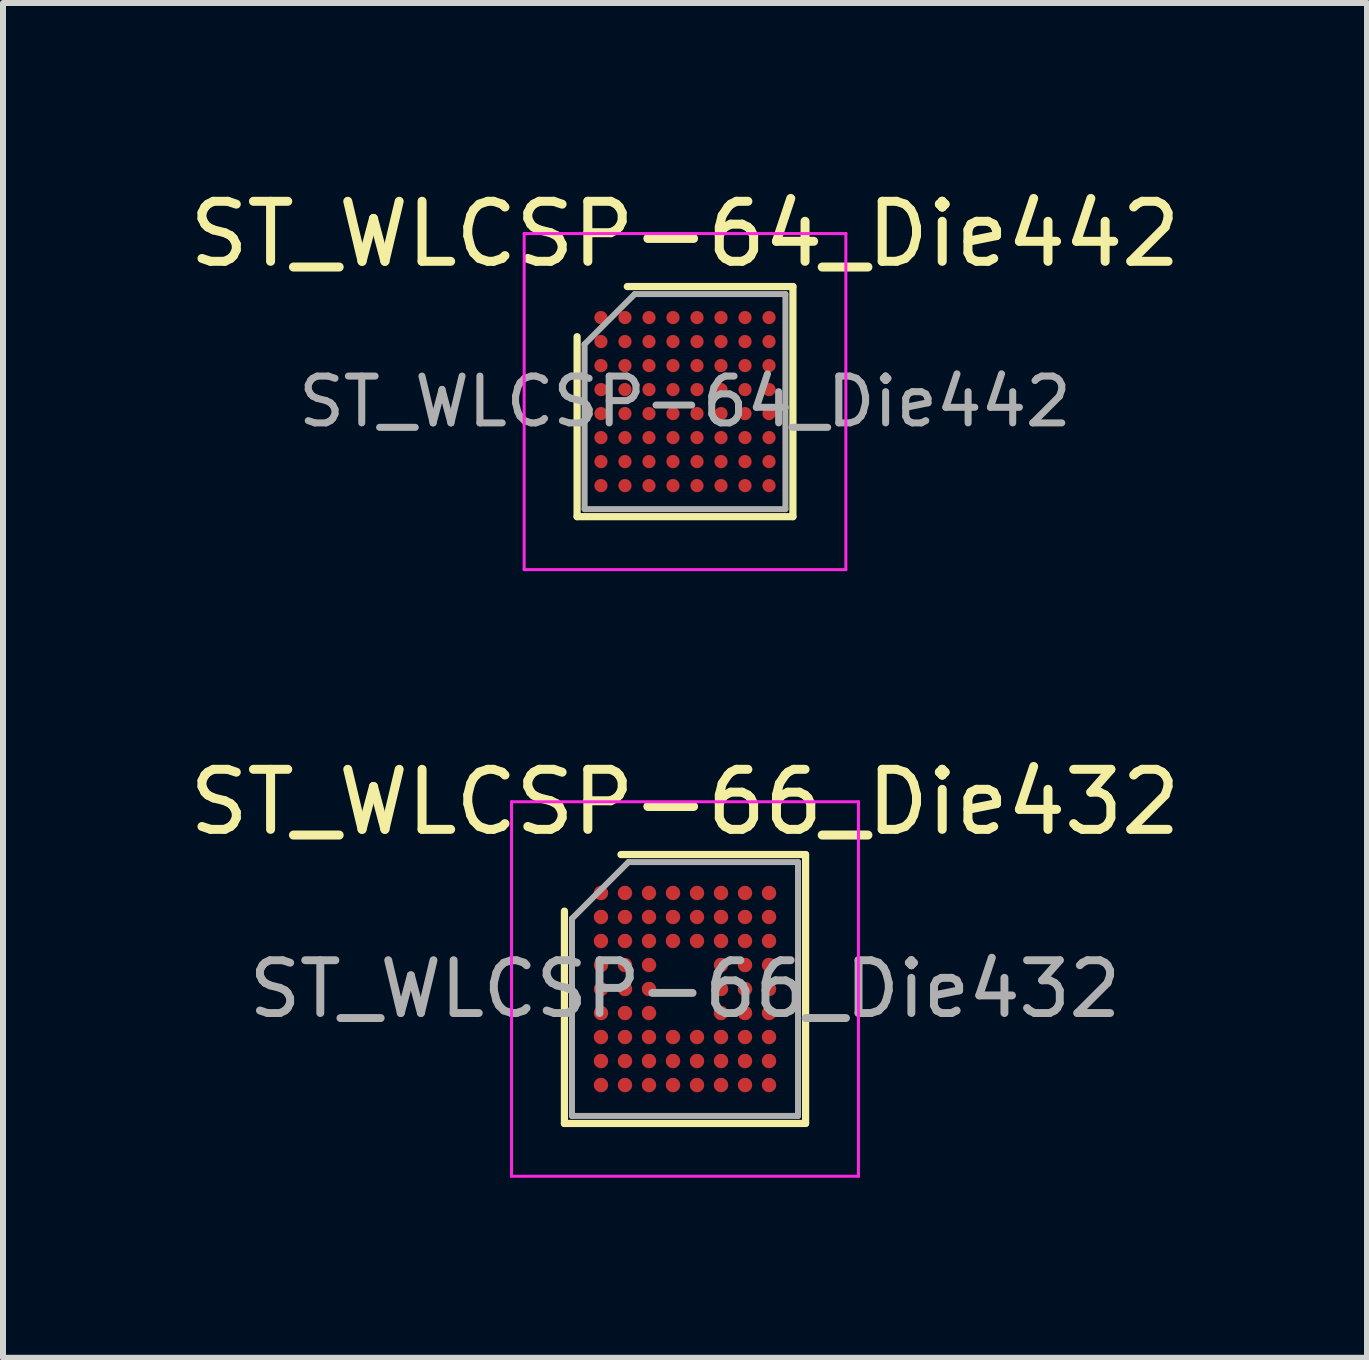
<source format=kicad_pcb>
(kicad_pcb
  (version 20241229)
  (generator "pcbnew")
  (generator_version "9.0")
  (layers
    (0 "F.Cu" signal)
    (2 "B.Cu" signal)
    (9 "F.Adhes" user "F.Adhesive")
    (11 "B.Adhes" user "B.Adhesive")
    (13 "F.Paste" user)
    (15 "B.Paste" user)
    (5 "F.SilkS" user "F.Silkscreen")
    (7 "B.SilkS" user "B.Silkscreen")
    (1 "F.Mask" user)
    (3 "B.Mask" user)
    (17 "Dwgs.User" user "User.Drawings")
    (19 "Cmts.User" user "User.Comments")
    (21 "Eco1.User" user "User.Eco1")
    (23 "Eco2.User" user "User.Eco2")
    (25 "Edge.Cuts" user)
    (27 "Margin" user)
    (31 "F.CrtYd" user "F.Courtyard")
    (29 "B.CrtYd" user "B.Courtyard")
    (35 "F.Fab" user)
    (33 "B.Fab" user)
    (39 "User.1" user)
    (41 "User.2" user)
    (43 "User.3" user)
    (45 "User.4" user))
  (footprint "ST_WLCSP-64_Die442"
    (layer "F.Cu")
    (at 8.363 3.641)
    (property "Reference" "ST_WLCSP-64_Die442" (at 0 -2.792 0) (layer "F.SilkS") (effects (font (size 1 1) (thickness 0.15))))
    (attr smd)
    (fp_line (start -1.798 1.917) (end -1.798 -1.081) (stroke (width 0.12) (type solid)) (layer "F.SilkS"))
    (fp_line (start -0.962 -1.917) (end 1.798 -1.917) (stroke (width 0.12) (type solid)) (layer "F.SilkS"))
    (fp_line (start 1.798 -1.917) (end 1.798 1.917) (stroke (width 0.12) (type solid)) (layer "F.SilkS"))
    (fp_line (start 1.798 1.917) (end -1.798 1.917) (stroke (width 0.12) (type solid)) (layer "F.SilkS"))
    (fp_line (start -2.68 -2.8) (end -2.68 2.8) (stroke (width 0.05) (type solid)) (layer "F.CrtYd"))
    (fp_line (start -2.68 2.8) (end 2.68 2.8) (stroke (width 0.05) (type solid)) (layer "F.CrtYd"))
    (fp_line (start 2.68 -2.8) (end -2.68 -2.8) (stroke (width 0.05) (type solid)) (layer "F.CrtYd"))
    (fp_line (start 2.68 2.8) (end 2.68 -2.8) (stroke (width 0.05) (type solid)) (layer "F.CrtYd"))
    (fp_line (start -1.673 -0.956) (end -0.837 -1.792) (stroke (width 0.1) (type solid)) (layer "F.Fab"))
    (fp_line (start -1.673 1.792) (end -1.673 -0.956) (stroke (width 0.1) (type solid)) (layer "F.Fab"))
    (fp_line (start -0.837 -1.792) (end 1.673 -1.792) (stroke (width 0.1) (type solid)) (layer "F.Fab"))
    (fp_line (start 1.673 -1.792) (end 1.673 1.792) (stroke (width 0.1) (type solid)) (layer "F.Fab"))
    (fp_line (start 1.673 1.792) (end -1.673 1.792) (stroke (width 0.1) (type solid)) (layer "F.Fab"))
    (fp_text user "${REFERENCE}" (at 0 0 0) (layer "F.Fab") (effects (font (size 0.78 0.78) (thickness 0.117))))
    (pad "A1" smd circle (at -1.4 -1.4) (size 0.22 0.22) (layers "F.Cu" "F.Mask" "F.Paste"))
    (pad "A2" smd circle (at -1 -1.4) (size 0.22 0.22) (layers "F.Cu" "F.Mask" "F.Paste"))
    (pad "A3" smd circle (at -0.6 -1.4) (size 0.22 0.22) (layers "F.Cu" "F.Mask" "F.Paste"))
    (pad "A4" smd circle (at -0.2 -1.4) (size 0.22 0.22) (layers "F.Cu" "F.Mask" "F.Paste"))
    (pad "A5" smd circle (at 0.2 -1.4) (size 0.22 0.22) (layers "F.Cu" "F.Mask" "F.Paste"))
    (pad "A6" smd circle (at 0.6 -1.4) (size 0.22 0.22) (layers "F.Cu" "F.Mask" "F.Paste"))
    (pad "A7" smd circle (at 1 -1.4) (size 0.22 0.22) (layers "F.Cu" "F.Mask" "F.Paste"))
    (pad "A8" smd circle (at 1.4 -1.4) (size 0.22 0.22) (layers "F.Cu" "F.Mask" "F.Paste"))
    (pad "B1" smd circle (at -1.4 -1) (size 0.22 0.22) (layers "F.Cu" "F.Mask" "F.Paste"))
    (pad "B2" smd circle (at -1 -1) (size 0.22 0.22) (layers "F.Cu" "F.Mask" "F.Paste"))
    (pad "B3" smd circle (at -0.6 -1) (size 0.22 0.22) (layers "F.Cu" "F.Mask" "F.Paste"))
    (pad "B4" smd circle (at -0.2 -1) (size 0.22 0.22) (layers "F.Cu" "F.Mask" "F.Paste"))
    (pad "B5" smd circle (at 0.2 -1) (size 0.22 0.22) (layers "F.Cu" "F.Mask" "F.Paste"))
    (pad "B6" smd circle (at 0.6 -1) (size 0.22 0.22) (layers "F.Cu" "F.Mask" "F.Paste"))
    (pad "B7" smd circle (at 1 -1) (size 0.22 0.22) (layers "F.Cu" "F.Mask" "F.Paste"))
    (pad "B8" smd circle (at 1.4 -1) (size 0.22 0.22) (layers "F.Cu" "F.Mask" "F.Paste"))
    (pad "C1" smd circle (at -1.4 -0.6) (size 0.22 0.22) (layers "F.Cu" "F.Mask" "F.Paste"))
    (pad "C2" smd circle (at -1 -0.6) (size 0.22 0.22) (layers "F.Cu" "F.Mask" "F.Paste"))
    (pad "C3" smd circle (at -0.6 -0.6) (size 0.22 0.22) (layers "F.Cu" "F.Mask" "F.Paste"))
    (pad "C4" smd circle (at -0.2 -0.6) (size 0.22 0.22) (layers "F.Cu" "F.Mask" "F.Paste"))
    (pad "C5" smd circle (at 0.2 -0.6) (size 0.22 0.22) (layers "F.Cu" "F.Mask" "F.Paste"))
    (pad "C6" smd circle (at 0.6 -0.6) (size 0.22 0.22) (layers "F.Cu" "F.Mask" "F.Paste"))
    (pad "C7" smd circle (at 1 -0.6) (size 0.22 0.22) (layers "F.Cu" "F.Mask" "F.Paste"))
    (pad "C8" smd circle (at 1.4 -0.6) (size 0.22 0.22) (layers "F.Cu" "F.Mask" "F.Paste"))
    (pad "D1" smd circle (at -1.4 -0.2) (size 0.22 0.22) (layers "F.Cu" "F.Mask" "F.Paste"))
    (pad "D2" smd circle (at -1 -0.2) (size 0.22 0.22) (layers "F.Cu" "F.Mask" "F.Paste"))
    (pad "D3" smd circle (at -0.6 -0.2) (size 0.22 0.22) (layers "F.Cu" "F.Mask" "F.Paste"))
    (pad "D4" smd circle (at -0.2 -0.2) (size 0.22 0.22) (layers "F.Cu" "F.Mask" "F.Paste"))
    (pad "D5" smd circle (at 0.2 -0.2) (size 0.22 0.22) (layers "F.Cu" "F.Mask" "F.Paste"))
    (pad "D6" smd circle (at 0.6 -0.2) (size 0.22 0.22) (layers "F.Cu" "F.Mask" "F.Paste"))
    (pad "D7" smd circle (at 1 -0.2) (size 0.22 0.22) (layers "F.Cu" "F.Mask" "F.Paste"))
    (pad "D8" smd circle (at 1.4 -0.2) (size 0.22 0.22) (layers "F.Cu" "F.Mask" "F.Paste"))
    (pad "E1" smd circle (at -1.4 0.2) (size 0.22 0.22) (layers "F.Cu" "F.Mask" "F.Paste"))
    (pad "E2" smd circle (at -1 0.2) (size 0.22 0.22) (layers "F.Cu" "F.Mask" "F.Paste"))
    (pad "E3" smd circle (at -0.6 0.2) (size 0.22 0.22) (layers "F.Cu" "F.Mask" "F.Paste"))
    (pad "E4" smd circle (at -0.2 0.2) (size 0.22 0.22) (layers "F.Cu" "F.Mask" "F.Paste"))
    (pad "E5" smd circle (at 0.2 0.2) (size 0.22 0.22) (layers "F.Cu" "F.Mask" "F.Paste"))
    (pad "E6" smd circle (at 0.6 0.2) (size 0.22 0.22) (layers "F.Cu" "F.Mask" "F.Paste"))
    (pad "E7" smd circle (at 1 0.2) (size 0.22 0.22) (layers "F.Cu" "F.Mask" "F.Paste"))
    (pad "E8" smd circle (at 1.4 0.2) (size 0.22 0.22) (layers "F.Cu" "F.Mask" "F.Paste"))
    (pad "F1" smd circle (at -1.4 0.6) (size 0.22 0.22) (layers "F.Cu" "F.Mask" "F.Paste"))
    (pad "F2" smd circle (at -1 0.6) (size 0.22 0.22) (layers "F.Cu" "F.Mask" "F.Paste"))
    (pad "F3" smd circle (at -0.6 0.6) (size 0.22 0.22) (layers "F.Cu" "F.Mask" "F.Paste"))
    (pad "F4" smd circle (at -0.2 0.6) (size 0.22 0.22) (layers "F.Cu" "F.Mask" "F.Paste"))
    (pad "F5" smd circle (at 0.2 0.6) (size 0.22 0.22) (layers "F.Cu" "F.Mask" "F.Paste"))
    (pad "F6" smd circle (at 0.6 0.6) (size 0.22 0.22) (layers "F.Cu" "F.Mask" "F.Paste"))
    (pad "F7" smd circle (at 1 0.6) (size 0.22 0.22) (layers "F.Cu" "F.Mask" "F.Paste"))
    (pad "F8" smd circle (at 1.4 0.6) (size 0.22 0.22) (layers "F.Cu" "F.Mask" "F.Paste"))
    (pad "G1" smd circle (at -1.4 1) (size 0.22 0.22) (layers "F.Cu" "F.Mask" "F.Paste"))
    (pad "G2" smd circle (at -1 1) (size 0.22 0.22) (layers "F.Cu" "F.Mask" "F.Paste"))
    (pad "G3" smd circle (at -0.6 1) (size 0.22 0.22) (layers "F.Cu" "F.Mask" "F.Paste"))
    (pad "G4" smd circle (at -0.2 1) (size 0.22 0.22) (layers "F.Cu" "F.Mask" "F.Paste"))
    (pad "G5" smd circle (at 0.2 1) (size 0.22 0.22) (layers "F.Cu" "F.Mask" "F.Paste"))
    (pad "G6" smd circle (at 0.6 1) (size 0.22 0.22) (layers "F.Cu" "F.Mask" "F.Paste"))
    (pad "G7" smd circle (at 1 1) (size 0.22 0.22) (layers "F.Cu" "F.Mask" "F.Paste"))
    (pad "G8" smd circle (at 1.4 1) (size 0.22 0.22) (layers "F.Cu" "F.Mask" "F.Paste"))
    (pad "H1" smd circle (at -1.4 1.4) (size 0.22 0.22) (layers "F.Cu" "F.Mask" "F.Paste"))
    (pad "H2" smd circle (at -1 1.4) (size 0.22 0.22) (layers "F.Cu" "F.Mask" "F.Paste"))
    (pad "H3" smd circle (at -0.6 1.4) (size 0.22 0.22) (layers "F.Cu" "F.Mask" "F.Paste"))
    (pad "H4" smd circle (at -0.2 1.4) (size 0.22 0.22) (layers "F.Cu" "F.Mask" "F.Paste"))
    (pad "H5" smd circle (at 0.2 1.4) (size 0.22 0.22) (layers "F.Cu" "F.Mask" "F.Paste"))
    (pad "H6" smd circle (at 0.6 1.4) (size 0.22 0.22) (layers "F.Cu" "F.Mask" "F.Paste"))
    (pad "H7" smd circle (at 1 1.4) (size 0.22 0.22) (layers "F.Cu" "F.Mask" "F.Paste"))
    (pad "H8" smd circle (at 1.4 1.4) (size 0.22 0.22) (layers "F.Cu" "F.Mask" "F.Paste")))
  (footprint "ST_WLCSP-66_Die432"
    (layer "F.Cu")
    (at 8.363 13.428)
    (property "Reference" "ST_WLCSP-66_Die432" (at 0 -3.115 0) (layer "F.SilkS") (effects (font (size 1 1) (thickness 0.15))))
    (attr smd)
    (fp_line (start -2.009 2.24) (end -2.009 -1.298) (stroke (width 0.12) (type solid)) (layer "F.SilkS"))
    (fp_line (start -1.067 -2.24) (end 2.009 -2.24) (stroke (width 0.12) (type solid)) (layer "F.SilkS"))
    (fp_line (start 2.009 -2.24) (end 2.009 2.24) (stroke (width 0.12) (type solid)) (layer "F.SilkS"))
    (fp_line (start 2.009 2.24) (end -2.009 2.24) (stroke (width 0.12) (type solid)) (layer "F.SilkS"))
    (fp_line (start -2.89 -3.12) (end -2.89 3.12) (stroke (width 0.05) (type solid)) (layer "F.CrtYd"))
    (fp_line (start -2.89 3.12) (end 2.89 3.12) (stroke (width 0.05) (type solid)) (layer "F.CrtYd"))
    (fp_line (start 2.89 -3.12) (end -2.89 -3.12) (stroke (width 0.05) (type solid)) (layer "F.CrtYd"))
    (fp_line (start 2.89 3.12) (end 2.89 -3.12) (stroke (width 0.05) (type solid)) (layer "F.CrtYd"))
    (fp_line (start -1.883 -1.173) (end -0.942 -2.115) (stroke (width 0.1) (type solid)) (layer "F.Fab"))
    (fp_line (start -1.883 2.115) (end -1.883 -1.173) (stroke (width 0.1) (type solid)) (layer "F.Fab"))
    (fp_line (start -0.942 -2.115) (end 1.883 -2.115) (stroke (width 0.1) (type solid)) (layer "F.Fab"))
    (fp_line (start 1.883 -2.115) (end 1.883 2.115) (stroke (width 0.1) (type solid)) (layer "F.Fab"))
    (fp_line (start 1.883 2.115) (end -1.883 2.115) (stroke (width 0.1) (type solid)) (layer "F.Fab"))
    (fp_text user "${REFERENCE}" (at 0 0 0) (layer "F.Fab") (effects (font (size 0.88 0.88) (thickness 0.132))))
    (pad "A1" smd circle (at -1.4 -1.6) (size 0.24 0.24) (layers "F.Cu" "F.Mask" "F.Paste"))
    (pad "A2" smd circle (at -1 -1.6) (size 0.24 0.24) (layers "F.Cu" "F.Mask" "F.Paste"))
    (pad "A3" smd circle (at -0.6 -1.6) (size 0.24 0.24) (layers "F.Cu" "F.Mask" "F.Paste"))
    (pad "A4" smd circle (at -0.2 -1.6) (size 0.24 0.24) (layers "F.Cu" "F.Mask" "F.Paste"))
    (pad "A5" smd circle (at 0.2 -1.6) (size 0.24 0.24) (layers "F.Cu" "F.Mask" "F.Paste"))
    (pad "A6" smd circle (at 0.6 -1.6) (size 0.24 0.24) (layers "F.Cu" "F.Mask" "F.Paste"))
    (pad "A7" smd circle (at 1 -1.6) (size 0.24 0.24) (layers "F.Cu" "F.Mask" "F.Paste"))
    (pad "A8" smd circle (at 1.4 -1.6) (size 0.24 0.24) (layers "F.Cu" "F.Mask" "F.Paste"))
    (pad "B1" smd circle (at -1.4 -1.2) (size 0.24 0.24) (layers "F.Cu" "F.Mask" "F.Paste"))
    (pad "B2" smd circle (at -1 -1.2) (size 0.24 0.24) (layers "F.Cu" "F.Mask" "F.Paste"))
    (pad "B3" smd circle (at -0.6 -1.2) (size 0.24 0.24) (layers "F.Cu" "F.Mask" "F.Paste"))
    (pad "B4" smd circle (at -0.2 -1.2) (size 0.24 0.24) (layers "F.Cu" "F.Mask" "F.Paste"))
    (pad "B5" smd circle (at 0.2 -1.2) (size 0.24 0.24) (layers "F.Cu" "F.Mask" "F.Paste"))
    (pad "B6" smd circle (at 0.6 -1.2) (size 0.24 0.24) (layers "F.Cu" "F.Mask" "F.Paste"))
    (pad "B7" smd circle (at 1 -1.2) (size 0.24 0.24) (layers "F.Cu" "F.Mask" "F.Paste"))
    (pad "B8" smd circle (at 1.4 -1.2) (size 0.24 0.24) (layers "F.Cu" "F.Mask" "F.Paste"))
    (pad "C1" smd circle (at -1.4 -0.8) (size 0.24 0.24) (layers "F.Cu" "F.Mask" "F.Paste"))
    (pad "C2" smd circle (at -1 -0.8) (size 0.24 0.24) (layers "F.Cu" "F.Mask" "F.Paste"))
    (pad "C3" smd circle (at -0.6 -0.8) (size 0.24 0.24) (layers "F.Cu" "F.Mask" "F.Paste"))
    (pad "C4" smd circle (at -0.2 -0.8) (size 0.24 0.24) (layers "F.Cu" "F.Mask" "F.Paste"))
    (pad "C5" smd circle (at 0.2 -0.8) (size 0.24 0.24) (layers "F.Cu" "F.Mask" "F.Paste"))
    (pad "C6" smd circle (at 0.6 -0.8) (size 0.24 0.24) (layers "F.Cu" "F.Mask" "F.Paste"))
    (pad "C7" smd circle (at 1 -0.8) (size 0.24 0.24) (layers "F.Cu" "F.Mask" "F.Paste"))
    (pad "C8" smd circle (at 1.4 -0.8) (size 0.24 0.24) (layers "F.Cu" "F.Mask" "F.Paste"))
    (pad "D1" smd circle (at -1.4 -0.4) (size 0.24 0.24) (layers "F.Cu" "F.Mask" "F.Paste"))
    (pad "D2" smd circle (at -1 -0.4) (size 0.24 0.24) (layers "F.Cu" "F.Mask" "F.Paste"))
    (pad "D3" smd circle (at -0.6 -0.4) (size 0.24 0.24) (layers "F.Cu" "F.Mask" "F.Paste"))
    (pad "D6" smd circle (at 0.6 -0.4) (size 0.24 0.24) (layers "F.Cu" "F.Mask" "F.Paste"))
    (pad "D7" smd circle (at 1 -0.4) (size 0.24 0.24) (layers "F.Cu" "F.Mask" "F.Paste"))
    (pad "D8" smd circle (at 1.4 -0.4) (size 0.24 0.24) (layers "F.Cu" "F.Mask" "F.Paste"))
    (pad "E1" smd circle (at -1.4 0) (size 0.24 0.24) (layers "F.Cu" "F.Mask" "F.Paste"))
    (pad "E2" smd circle (at -1 0) (size 0.24 0.24) (layers "F.Cu" "F.Mask" "F.Paste"))
    (pad "E3" smd circle (at -0.6 0) (size 0.24 0.24) (layers "F.Cu" "F.Mask" "F.Paste"))
    (pad "E6" smd circle (at 0.6 0) (size 0.24 0.24) (layers "F.Cu" "F.Mask" "F.Paste"))
    (pad "E7" smd circle (at 1 0) (size 0.24 0.24) (layers "F.Cu" "F.Mask" "F.Paste"))
    (pad "E8" smd circle (at 1.4 0) (size 0.24 0.24) (layers "F.Cu" "F.Mask" "F.Paste"))
    (pad "F1" smd circle (at -1.4 0.4) (size 0.24 0.24) (layers "F.Cu" "F.Mask" "F.Paste"))
    (pad "F2" smd circle (at -1 0.4) (size 0.24 0.24) (layers "F.Cu" "F.Mask" "F.Paste"))
    (pad "F3" smd circle (at -0.6 0.4) (size 0.24 0.24) (layers "F.Cu" "F.Mask" "F.Paste"))
    (pad "F6" smd circle (at 0.6 0.4) (size 0.24 0.24) (layers "F.Cu" "F.Mask" "F.Paste"))
    (pad "F7" smd circle (at 1 0.4) (size 0.24 0.24) (layers "F.Cu" "F.Mask" "F.Paste"))
    (pad "F8" smd circle (at 1.4 0.4) (size 0.24 0.24) (layers "F.Cu" "F.Mask" "F.Paste"))
    (pad "G1" smd circle (at -1.4 0.8) (size 0.24 0.24) (layers "F.Cu" "F.Mask" "F.Paste"))
    (pad "G2" smd circle (at -1 0.8) (size 0.24 0.24) (layers "F.Cu" "F.Mask" "F.Paste"))
    (pad "G3" smd circle (at -0.6 0.8) (size 0.24 0.24) (layers "F.Cu" "F.Mask" "F.Paste"))
    (pad "G4" smd circle (at -0.2 0.8) (size 0.24 0.24) (layers "F.Cu" "F.Mask" "F.Paste"))
    (pad "G5" smd circle (at 0.2 0.8) (size 0.24 0.24) (layers "F.Cu" "F.Mask" "F.Paste"))
    (pad "G6" smd circle (at 0.6 0.8) (size 0.24 0.24) (layers "F.Cu" "F.Mask" "F.Paste"))
    (pad "G7" smd circle (at 1 0.8) (size 0.24 0.24) (layers "F.Cu" "F.Mask" "F.Paste"))
    (pad "G8" smd circle (at 1.4 0.8) (size 0.24 0.24) (layers "F.Cu" "F.Mask" "F.Paste"))
    (pad "H1" smd circle (at -1.4 1.2) (size 0.24 0.24) (layers "F.Cu" "F.Mask" "F.Paste"))
    (pad "H2" smd circle (at -1 1.2) (size 0.24 0.24) (layers "F.Cu" "F.Mask" "F.Paste"))
    (pad "H3" smd circle (at -0.6 1.2) (size 0.24 0.24) (layers "F.Cu" "F.Mask" "F.Paste"))
    (pad "H4" smd circle (at -0.2 1.2) (size 0.24 0.24) (layers "F.Cu" "F.Mask" "F.Paste"))
    (pad "H5" smd circle (at 0.2 1.2) (size 0.24 0.24) (layers "F.Cu" "F.Mask" "F.Paste"))
    (pad "H6" smd circle (at 0.6 1.2) (size 0.24 0.24) (layers "F.Cu" "F.Mask" "F.Paste"))
    (pad "H7" smd circle (at 1 1.2) (size 0.24 0.24) (layers "F.Cu" "F.Mask" "F.Paste"))
    (pad "H8" smd circle (at 1.4 1.2) (size 0.24 0.24) (layers "F.Cu" "F.Mask" "F.Paste"))
    (pad "J1" smd circle (at -1.4 1.6) (size 0.24 0.24) (layers "F.Cu" "F.Mask" "F.Paste"))
    (pad "J2" smd circle (at -1 1.6) (size 0.24 0.24) (layers "F.Cu" "F.Mask" "F.Paste"))
    (pad "J3" smd circle (at -0.6 1.6) (size 0.24 0.24) (layers "F.Cu" "F.Mask" "F.Paste"))
    (pad "J4" smd circle (at -0.2 1.6) (size 0.24 0.24) (layers "F.Cu" "F.Mask" "F.Paste"))
    (pad "J5" smd circle (at 0.2 1.6) (size 0.24 0.24) (layers "F.Cu" "F.Mask" "F.Paste"))
    (pad "J6" smd circle (at 0.6 1.6) (size 0.24 0.24) (layers "F.Cu" "F.Mask" "F.Paste"))
    (pad "J7" smd circle (at 1 1.6) (size 0.24 0.24) (layers "F.Cu" "F.Mask" "F.Paste"))
    (pad "J8" smd circle (at 1.4 1.6) (size 0.24 0.24) (layers "F.Cu" "F.Mask" "F.Paste")))
  (gr_rect
    (start -3 -3)
    (end 19.726 19.573)
    (stroke (width 0.1) (type default))
    (fill no)
    (layer "Edge.Cuts")))
</source>
